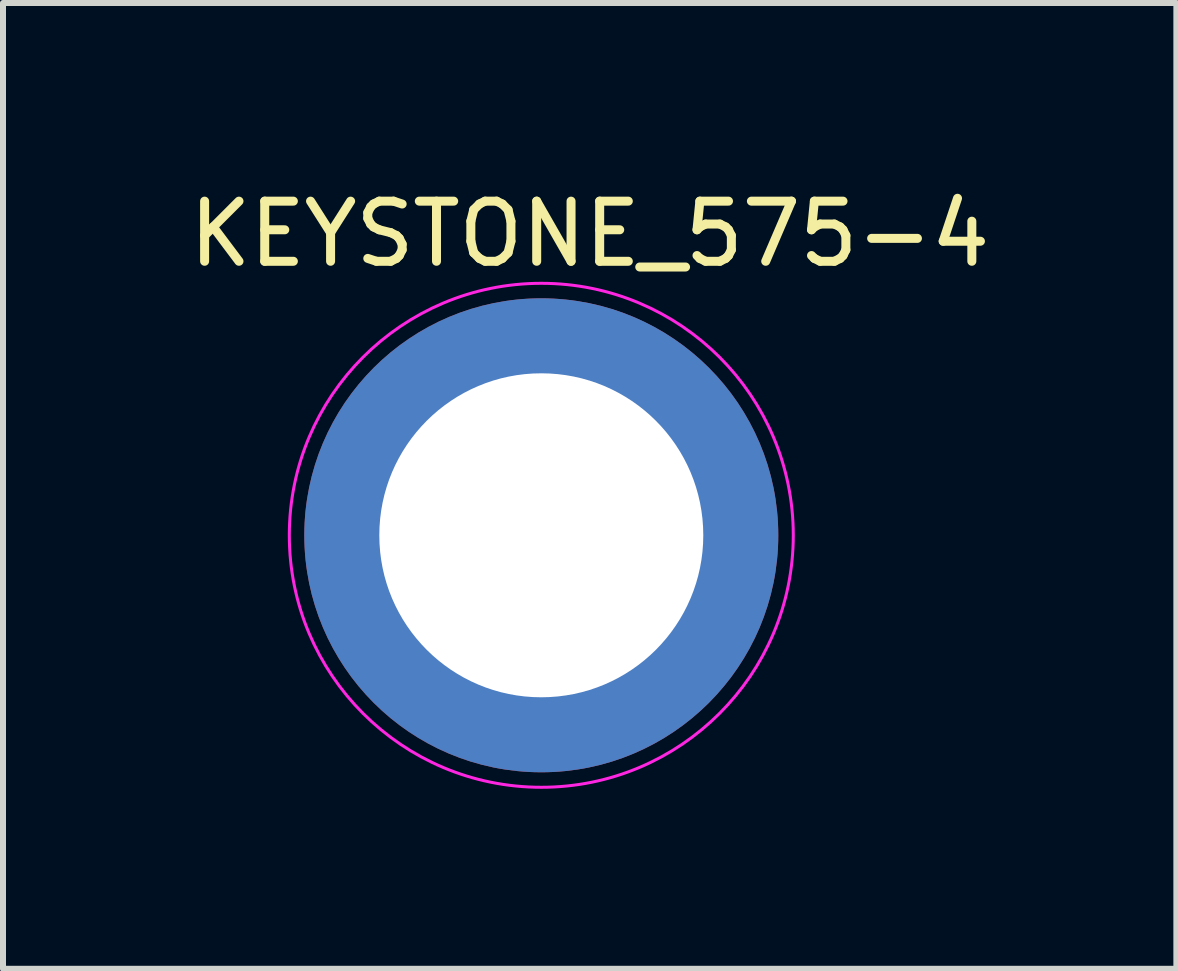
<source format=kicad_pcb>
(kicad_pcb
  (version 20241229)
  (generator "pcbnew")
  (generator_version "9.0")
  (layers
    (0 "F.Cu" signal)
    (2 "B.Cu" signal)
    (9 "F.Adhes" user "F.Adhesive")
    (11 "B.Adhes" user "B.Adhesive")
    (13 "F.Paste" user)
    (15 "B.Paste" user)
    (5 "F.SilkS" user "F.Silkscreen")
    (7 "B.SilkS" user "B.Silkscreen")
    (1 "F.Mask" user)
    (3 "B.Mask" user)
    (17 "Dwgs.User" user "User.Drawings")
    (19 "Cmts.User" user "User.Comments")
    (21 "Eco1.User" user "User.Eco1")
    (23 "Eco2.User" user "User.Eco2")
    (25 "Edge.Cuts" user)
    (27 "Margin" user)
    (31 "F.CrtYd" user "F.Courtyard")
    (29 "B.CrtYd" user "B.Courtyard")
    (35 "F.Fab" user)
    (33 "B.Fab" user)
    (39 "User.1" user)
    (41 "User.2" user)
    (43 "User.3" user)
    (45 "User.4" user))
  (footprint "KEYSTONE_575-4"
    (layer "F.Cu")
    (at 5.972 5.872)
    (property "Reference" "KEYSTONE_575-4" (at 0.806 -5.023 0) (layer "F.SilkS") (effects (font (size 1.002 1.002) (thickness 0.15))))
    (attr through_hole)
    (fp_circle (center 0 0) (end 4.2 0) (stroke (width 0.05) (type solid)) (fill no) (layer "F.CrtYd"))
    (pad "1" thru_hole circle (at 0 0) (size 7.9 7.9) (drill 5.4) (layers "*.Cu" "*.Mask")))
  (gr_rect
    (start -3 -3)
    (end 16.557 13.097)
    (stroke (width 0.1) (type default))
    (fill no)
    (layer "Edge.Cuts")))
</source>
